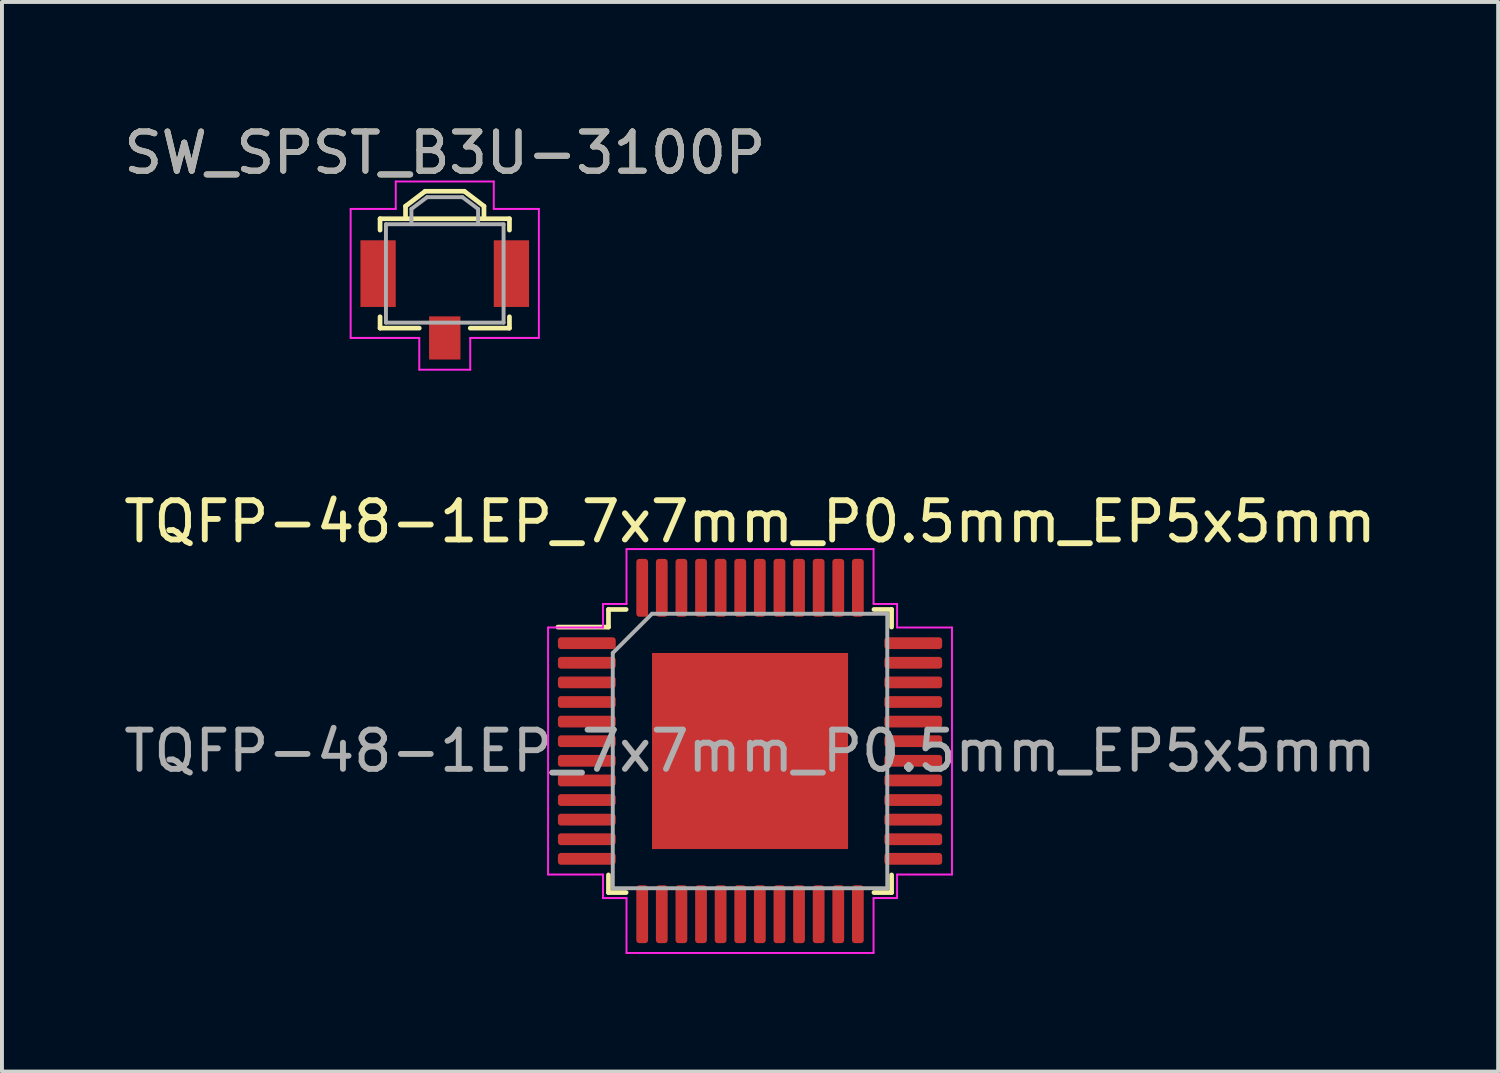
<source format=kicad_pcb>
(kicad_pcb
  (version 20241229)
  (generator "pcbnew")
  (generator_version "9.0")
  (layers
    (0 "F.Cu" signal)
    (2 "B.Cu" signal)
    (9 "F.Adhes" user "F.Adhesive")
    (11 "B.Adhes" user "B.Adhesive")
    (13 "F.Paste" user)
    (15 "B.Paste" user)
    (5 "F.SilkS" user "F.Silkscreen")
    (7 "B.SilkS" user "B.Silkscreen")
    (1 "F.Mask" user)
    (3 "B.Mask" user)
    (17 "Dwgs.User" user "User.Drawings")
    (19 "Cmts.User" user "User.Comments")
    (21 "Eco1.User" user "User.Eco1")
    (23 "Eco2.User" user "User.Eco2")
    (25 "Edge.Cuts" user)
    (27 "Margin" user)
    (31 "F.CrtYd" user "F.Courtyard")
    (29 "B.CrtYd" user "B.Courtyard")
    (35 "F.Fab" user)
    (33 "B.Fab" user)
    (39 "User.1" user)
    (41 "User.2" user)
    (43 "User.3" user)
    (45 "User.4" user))
  (footprint "TQFP-48-1EP_7x7mm_P0.5mm_EP5x5mm"
    (layer "F.Cu")
    (at 16.077 16.102)
    (property "Reference" "TQFP-48-1EP_7x7mm_P0.5mm_EP5x5mm" (at 0 -5.85 0) (layer "F.SilkS") (effects (font (size 1 1) (thickness 0.15))))
    (attr smd)
    (fp_line (start -3.61 -3.61) (end -3.61 -3.16) (stroke (width 0.12) (type solid)) (layer "F.SilkS"))
    (fp_line (start -3.61 -3.16) (end -4.9 -3.16) (stroke (width 0.12) (type solid)) (layer "F.SilkS"))
    (fp_line (start -3.61 3.61) (end -3.61 3.16) (stroke (width 0.12) (type solid)) (layer "F.SilkS"))
    (fp_line (start -3.16 -3.61) (end -3.61 -3.61) (stroke (width 0.12) (type solid)) (layer "F.SilkS"))
    (fp_line (start -3.16 3.61) (end -3.61 3.61) (stroke (width 0.12) (type solid)) (layer "F.SilkS"))
    (fp_line (start 3.16 -3.61) (end 3.61 -3.61) (stroke (width 0.12) (type solid)) (layer "F.SilkS"))
    (fp_line (start 3.16 3.61) (end 3.61 3.61) (stroke (width 0.12) (type solid)) (layer "F.SilkS"))
    (fp_line (start 3.61 -3.61) (end 3.61 -3.16) (stroke (width 0.12) (type solid)) (layer "F.SilkS"))
    (fp_line (start 3.61 3.61) (end 3.61 3.16) (stroke (width 0.12) (type solid)) (layer "F.SilkS"))
    (fp_line (start -5.15 -3.15) (end -5.15 0) (stroke (width 0.05) (type solid)) (layer "F.CrtYd"))
    (fp_line (start -5.15 3.15) (end -5.15 0) (stroke (width 0.05) (type solid)) (layer "F.CrtYd"))
    (fp_line (start -3.75 -3.75) (end -3.75 -3.15) (stroke (width 0.05) (type solid)) (layer "F.CrtYd"))
    (fp_line (start -3.75 -3.15) (end -5.15 -3.15) (stroke (width 0.05) (type solid)) (layer "F.CrtYd"))
    (fp_line (start -3.75 3.15) (end -5.15 3.15) (stroke (width 0.05) (type solid)) (layer "F.CrtYd"))
    (fp_line (start -3.75 3.75) (end -3.75 3.15) (stroke (width 0.05) (type solid)) (layer "F.CrtYd"))
    (fp_line (start -3.15 -5.15) (end -3.15 -3.75) (stroke (width 0.05) (type solid)) (layer "F.CrtYd"))
    (fp_line (start -3.15 -3.75) (end -3.75 -3.75) (stroke (width 0.05) (type solid)) (layer "F.CrtYd"))
    (fp_line (start -3.15 3.75) (end -3.75 3.75) (stroke (width 0.05) (type solid)) (layer "F.CrtYd"))
    (fp_line (start -3.15 5.15) (end -3.15 3.75) (stroke (width 0.05) (type solid)) (layer "F.CrtYd"))
    (fp_line (start 0 -5.15) (end -3.15 -5.15) (stroke (width 0.05) (type solid)) (layer "F.CrtYd"))
    (fp_line (start 0 -5.15) (end 3.15 -5.15) (stroke (width 0.05) (type solid)) (layer "F.CrtYd"))
    (fp_line (start 0 5.15) (end -3.15 5.15) (stroke (width 0.05) (type solid)) (layer "F.CrtYd"))
    (fp_line (start 0 5.15) (end 3.15 5.15) (stroke (width 0.05) (type solid)) (layer "F.CrtYd"))
    (fp_line (start 3.15 -5.15) (end 3.15 -3.75) (stroke (width 0.05) (type solid)) (layer "F.CrtYd"))
    (fp_line (start 3.15 -3.75) (end 3.75 -3.75) (stroke (width 0.05) (type solid)) (layer "F.CrtYd"))
    (fp_line (start 3.15 3.75) (end 3.75 3.75) (stroke (width 0.05) (type solid)) (layer "F.CrtYd"))
    (fp_line (start 3.15 5.15) (end 3.15 3.75) (stroke (width 0.05) (type solid)) (layer "F.CrtYd"))
    (fp_line (start 3.75 -3.75) (end 3.75 -3.15) (stroke (width 0.05) (type solid)) (layer "F.CrtYd"))
    (fp_line (start 3.75 -3.15) (end 5.15 -3.15) (stroke (width 0.05) (type solid)) (layer "F.CrtYd"))
    (fp_line (start 3.75 3.15) (end 5.15 3.15) (stroke (width 0.05) (type solid)) (layer "F.CrtYd"))
    (fp_line (start 3.75 3.75) (end 3.75 3.15) (stroke (width 0.05) (type solid)) (layer "F.CrtYd"))
    (fp_line (start 5.15 -3.15) (end 5.15 0) (stroke (width 0.05) (type solid)) (layer "F.CrtYd"))
    (fp_line (start 5.15 3.15) (end 5.15 0) (stroke (width 0.05) (type solid)) (layer "F.CrtYd"))
    (fp_line (start -3.5 -2.5) (end -2.5 -3.5) (stroke (width 0.1) (type solid)) (layer "F.Fab"))
    (fp_line (start -3.5 3.5) (end -3.5 -2.5) (stroke (width 0.1) (type solid)) (layer "F.Fab"))
    (fp_line (start -2.5 -3.5) (end 3.5 -3.5) (stroke (width 0.1) (type solid)) (layer "F.Fab"))
    (fp_line (start 3.5 -3.5) (end 3.5 3.5) (stroke (width 0.1) (type solid)) (layer "F.Fab"))
    (fp_line (start 3.5 3.5) (end -3.5 3.5) (stroke (width 0.1) (type solid)) (layer "F.Fab"))
    (fp_text user "${REFERENCE}" (at 0 0 0) (layer "F.Fab") (effects (font (size 1 1) (thickness 0.15))))
    (pad "" smd roundrect (at -1.875 -1.875) (size 1.01 1.01) (layers "F.Paste") (roundrect_rratio 0.248))
    (pad "" smd roundrect (at -1.875 -0.625) (size 1.01 1.01) (layers "F.Paste") (roundrect_rratio 0.248))
    (pad "" smd roundrect (at -1.875 0.625) (size 1.01 1.01) (layers "F.Paste") (roundrect_rratio 0.248))
    (pad "" smd roundrect (at -1.875 1.875) (size 1.01 1.01) (layers "F.Paste") (roundrect_rratio 0.248))
    (pad "" smd roundrect (at -0.625 -1.875) (size 1.01 1.01) (layers "F.Paste") (roundrect_rratio 0.248))
    (pad "" smd roundrect (at -0.625 -0.625) (size 1.01 1.01) (layers "F.Paste") (roundrect_rratio 0.248))
    (pad "" smd roundrect (at -0.625 0.625) (size 1.01 1.01) (layers "F.Paste") (roundrect_rratio 0.248))
    (pad "" smd roundrect (at -0.625 1.875) (size 1.01 1.01) (layers "F.Paste") (roundrect_rratio 0.248))
    (pad "" smd roundrect (at 0.625 -1.875) (size 1.01 1.01) (layers "F.Paste") (roundrect_rratio 0.248))
    (pad "" smd roundrect (at 0.625 -0.625) (size 1.01 1.01) (layers "F.Paste") (roundrect_rratio 0.248))
    (pad "" smd roundrect (at 0.625 0.625) (size 1.01 1.01) (layers "F.Paste") (roundrect_rratio 0.248))
    (pad "" smd roundrect (at 0.625 1.875) (size 1.01 1.01) (layers "F.Paste") (roundrect_rratio 0.248))
    (pad "" smd roundrect (at 1.875 -1.875) (size 1.01 1.01) (layers "F.Paste") (roundrect_rratio 0.248))
    (pad "" smd roundrect (at 1.875 -0.625) (size 1.01 1.01) (layers "F.Paste") (roundrect_rratio 0.248))
    (pad "" smd roundrect (at 1.875 0.625) (size 1.01 1.01) (layers "F.Paste") (roundrect_rratio 0.248))
    (pad "" smd roundrect (at 1.875 1.875) (size 1.01 1.01) (layers "F.Paste") (roundrect_rratio 0.248))
    (pad "1" smd roundrect (at -4.162 -2.75) (size 1.475 0.3) (layers "F.Cu" "F.Mask" "F.Paste") (roundrect_rratio 0.25))
    (pad "2" smd roundrect (at -4.162 -2.25) (size 1.475 0.3) (layers "F.Cu" "F.Mask" "F.Paste") (roundrect_rratio 0.25))
    (pad "3" smd roundrect (at -4.162 -1.75) (size 1.475 0.3) (layers "F.Cu" "F.Mask" "F.Paste") (roundrect_rratio 0.25))
    (pad "4" smd roundrect (at -4.162 -1.25) (size 1.475 0.3) (layers "F.Cu" "F.Mask" "F.Paste") (roundrect_rratio 0.25))
    (pad "5" smd roundrect (at -4.162 -0.75) (size 1.475 0.3) (layers "F.Cu" "F.Mask" "F.Paste") (roundrect_rratio 0.25))
    (pad "6" smd roundrect (at -4.162 -0.25) (size 1.475 0.3) (layers "F.Cu" "F.Mask" "F.Paste") (roundrect_rratio 0.25))
    (pad "7" smd roundrect (at -4.162 0.25) (size 1.475 0.3) (layers "F.Cu" "F.Mask" "F.Paste") (roundrect_rratio 0.25))
    (pad "8" smd roundrect (at -4.162 0.75) (size 1.475 0.3) (layers "F.Cu" "F.Mask" "F.Paste") (roundrect_rratio 0.25))
    (pad "9" smd roundrect (at -4.162 1.25) (size 1.475 0.3) (layers "F.Cu" "F.Mask" "F.Paste") (roundrect_rratio 0.25))
    (pad "10" smd roundrect (at -4.162 1.75) (size 1.475 0.3) (layers "F.Cu" "F.Mask" "F.Paste") (roundrect_rratio 0.25))
    (pad "11" smd roundrect (at -4.162 2.25) (size 1.475 0.3) (layers "F.Cu" "F.Mask" "F.Paste") (roundrect_rratio 0.25))
    (pad "12" smd roundrect (at -4.162 2.75) (size 1.475 0.3) (layers "F.Cu" "F.Mask" "F.Paste") (roundrect_rratio 0.25))
    (pad "13" smd roundrect (at -2.75 4.162) (size 0.3 1.475) (layers "F.Cu" "F.Mask" "F.Paste") (roundrect_rratio 0.25))
    (pad "14" smd roundrect (at -2.25 4.162) (size 0.3 1.475) (layers "F.Cu" "F.Mask" "F.Paste") (roundrect_rratio 0.25))
    (pad "15" smd roundrect (at -1.75 4.162) (size 0.3 1.475) (layers "F.Cu" "F.Mask" "F.Paste") (roundrect_rratio 0.25))
    (pad "16" smd roundrect (at -1.25 4.162) (size 0.3 1.475) (layers "F.Cu" "F.Mask" "F.Paste") (roundrect_rratio 0.25))
    (pad "17" smd roundrect (at -0.75 4.162) (size 0.3 1.475) (layers "F.Cu" "F.Mask" "F.Paste") (roundrect_rratio 0.25))
    (pad "18" smd roundrect (at -0.25 4.162) (size 0.3 1.475) (layers "F.Cu" "F.Mask" "F.Paste") (roundrect_rratio 0.25))
    (pad "19" smd roundrect (at 0.25 4.162) (size 0.3 1.475) (layers "F.Cu" "F.Mask" "F.Paste") (roundrect_rratio 0.25))
    (pad "20" smd roundrect (at 0.75 4.162) (size 0.3 1.475) (layers "F.Cu" "F.Mask" "F.Paste") (roundrect_rratio 0.25))
    (pad "21" smd roundrect (at 1.25 4.162) (size 0.3 1.475) (layers "F.Cu" "F.Mask" "F.Paste") (roundrect_rratio 0.25))
    (pad "22" smd roundrect (at 1.75 4.162) (size 0.3 1.475) (layers "F.Cu" "F.Mask" "F.Paste") (roundrect_rratio 0.25))
    (pad "23" smd roundrect (at 2.25 4.162) (size 0.3 1.475) (layers "F.Cu" "F.Mask" "F.Paste") (roundrect_rratio 0.25))
    (pad "24" smd roundrect (at 2.75 4.162) (size 0.3 1.475) (layers "F.Cu" "F.Mask" "F.Paste") (roundrect_rratio 0.25))
    (pad "25" smd roundrect (at 4.162 2.75) (size 1.475 0.3) (layers "F.Cu" "F.Mask" "F.Paste") (roundrect_rratio 0.25))
    (pad "26" smd roundrect (at 4.162 2.25) (size 1.475 0.3) (layers "F.Cu" "F.Mask" "F.Paste") (roundrect_rratio 0.25))
    (pad "27" smd roundrect (at 4.162 1.75) (size 1.475 0.3) (layers "F.Cu" "F.Mask" "F.Paste") (roundrect_rratio 0.25))
    (pad "28" smd roundrect (at 4.162 1.25) (size 1.475 0.3) (layers "F.Cu" "F.Mask" "F.Paste") (roundrect_rratio 0.25))
    (pad "29" smd roundrect (at 4.162 0.75) (size 1.475 0.3) (layers "F.Cu" "F.Mask" "F.Paste") (roundrect_rratio 0.25))
    (pad "30" smd roundrect (at 4.162 0.25) (size 1.475 0.3) (layers "F.Cu" "F.Mask" "F.Paste") (roundrect_rratio 0.25))
    (pad "31" smd roundrect (at 4.162 -0.25) (size 1.475 0.3) (layers "F.Cu" "F.Mask" "F.Paste") (roundrect_rratio 0.25))
    (pad "32" smd roundrect (at 4.162 -0.75) (size 1.475 0.3) (layers "F.Cu" "F.Mask" "F.Paste") (roundrect_rratio 0.25))
    (pad "33" smd roundrect (at 4.162 -1.25) (size 1.475 0.3) (layers "F.Cu" "F.Mask" "F.Paste") (roundrect_rratio 0.25))
    (pad "34" smd roundrect (at 4.162 -1.75) (size 1.475 0.3) (layers "F.Cu" "F.Mask" "F.Paste") (roundrect_rratio 0.25))
    (pad "35" smd roundrect (at 4.162 -2.25) (size 1.475 0.3) (layers "F.Cu" "F.Mask" "F.Paste") (roundrect_rratio 0.25))
    (pad "36" smd roundrect (at 4.162 -2.75) (size 1.475 0.3) (layers "F.Cu" "F.Mask" "F.Paste") (roundrect_rratio 0.25))
    (pad "37" smd roundrect (at 2.75 -4.162) (size 0.3 1.475) (layers "F.Cu" "F.Mask" "F.Paste") (roundrect_rratio 0.25))
    (pad "38" smd roundrect (at 2.25 -4.162) (size 0.3 1.475) (layers "F.Cu" "F.Mask" "F.Paste") (roundrect_rratio 0.25))
    (pad "39" smd roundrect (at 1.75 -4.162) (size 0.3 1.475) (layers "F.Cu" "F.Mask" "F.Paste") (roundrect_rratio 0.25))
    (pad "40" smd roundrect (at 1.25 -4.162) (size 0.3 1.475) (layers "F.Cu" "F.Mask" "F.Paste") (roundrect_rratio 0.25))
    (pad "41" smd roundrect (at 0.75 -4.162) (size 0.3 1.475) (layers "F.Cu" "F.Mask" "F.Paste") (roundrect_rratio 0.25))
    (pad "42" smd roundrect (at 0.25 -4.162) (size 0.3 1.475) (layers "F.Cu" "F.Mask" "F.Paste") (roundrect_rratio 0.25))
    (pad "43" smd roundrect (at -0.25 -4.162) (size 0.3 1.475) (layers "F.Cu" "F.Mask" "F.Paste") (roundrect_rratio 0.25))
    (pad "44" smd roundrect (at -0.75 -4.162) (size 0.3 1.475) (layers "F.Cu" "F.Mask" "F.Paste") (roundrect_rratio 0.25))
    (pad "45" smd roundrect (at -1.25 -4.162) (size 0.3 1.475) (layers "F.Cu" "F.Mask" "F.Paste") (roundrect_rratio 0.25))
    (pad "46" smd roundrect (at -1.75 -4.162) (size 0.3 1.475) (layers "F.Cu" "F.Mask" "F.Paste") (roundrect_rratio 0.25))
    (pad "47" smd roundrect (at -2.25 -4.162) (size 0.3 1.475) (layers "F.Cu" "F.Mask" "F.Paste") (roundrect_rratio 0.25))
    (pad "48" smd roundrect (at -2.75 -4.162) (size 0.3 1.475) (layers "F.Cu" "F.Mask" "F.Paste") (roundrect_rratio 0.25))
    (pad "49" smd rect (at 0 0) (size 5 5) (layers "F.Cu" "F.Mask")))
  (footprint "SW_SPST_B3U-3100P"
    (layer "F.Cu")
    (at 8.292 4.748)
    (property "Reference" "SW_SPST_B3U-3100P" (at 0 -3.9 0) (layer "F.SilkS") (effects (font (size 1 1) (thickness 0.15))))
    (attr smd)
    (fp_line (start -1.65 -2.22) (end 1.65 -2.22) (stroke (width 0.12) (type solid)) (layer "F.SilkS"))
    (fp_line (start -1.65 -1.93) (end -1.65 -2.22) (stroke (width 0.12) (type solid)) (layer "F.SilkS"))
    (fp_line (start -1.65 0.28) (end -1.65 0.57) (stroke (width 0.12) (type solid)) (layer "F.SilkS"))
    (fp_line (start -1.65 0.57) (end -0.65 0.57) (stroke (width 0.12) (type solid)) (layer "F.SilkS"))
    (fp_line (start -1 -2.54) (end -1 -2.22) (stroke (width 0.12) (type solid)) (layer "F.SilkS"))
    (fp_line (start -0.5 -2.92) (end -1 -2.54) (stroke (width 0.12) (type solid)) (layer "F.SilkS"))
    (fp_line (start -0.5 -2.92) (end 0.5 -2.92) (stroke (width 0.12) (type solid)) (layer "F.SilkS"))
    (fp_line (start 0.5 -2.92) (end 1 -2.54) (stroke (width 0.12) (type solid)) (layer "F.SilkS"))
    (fp_line (start 1 -2.54) (end 1 -2.22) (stroke (width 0.12) (type solid)) (layer "F.SilkS"))
    (fp_line (start 1.65 -2.22) (end 1.65 -1.93) (stroke (width 0.12) (type solid)) (layer "F.SilkS"))
    (fp_line (start 1.65 0.57) (end 0.65 0.57) (stroke (width 0.12) (type solid)) (layer "F.SilkS"))
    (fp_line (start 1.65 0.57) (end 1.65 0.28) (stroke (width 0.12) (type solid)) (layer "F.SilkS"))
    (fp_line (start -2.4 -2.47) (end -2.4 0.82) (stroke (width 0.05) (type solid)) (layer "F.CrtYd"))
    (fp_line (start -2.4 0.82) (end -0.65 0.82) (stroke (width 0.05) (type solid)) (layer "F.CrtYd"))
    (fp_line (start -1.25 -3.17) (end 1.25 -3.17) (stroke (width 0.05) (type solid)) (layer "F.CrtYd"))
    (fp_line (start -1.25 -2.47) (end -2.4 -2.47) (stroke (width 0.05) (type solid)) (layer "F.CrtYd"))
    (fp_line (start -1.25 -2.47) (end -1.25 -3.17) (stroke (width 0.05) (type solid)) (layer "F.CrtYd"))
    (fp_line (start -0.65 0.82) (end -0.65 1.63) (stroke (width 0.05) (type solid)) (layer "F.CrtYd"))
    (fp_line (start -0.65 1.63) (end 0.65 1.63) (stroke (width 0.05) (type solid)) (layer "F.CrtYd"))
    (fp_line (start 0.65 0.82) (end 2.4 0.82) (stroke (width 0.05) (type solid)) (layer "F.CrtYd"))
    (fp_line (start 0.65 1.63) (end 0.65 0.82) (stroke (width 0.05) (type solid)) (layer "F.CrtYd"))
    (fp_line (start 1.25 -3.17) (end 1.25 -2.47) (stroke (width 0.05) (type solid)) (layer "F.CrtYd"))
    (fp_line (start 1.25 -2.47) (end 2.4 -2.47) (stroke (width 0.05) (type solid)) (layer "F.CrtYd"))
    (fp_line (start 2.4 0.82) (end 2.4 -2.47) (stroke (width 0.05) (type solid)) (layer "F.CrtYd"))
    (fp_line (start -1.5 -2.08) (end 1.5 -2.08) (stroke (width 0.1) (type solid)) (layer "F.Fab"))
    (fp_line (start -1.5 0.43) (end -1.5 -2.08) (stroke (width 0.1) (type solid)) (layer "F.Fab"))
    (fp_line (start -0.85 -2.47) (end -0.45 -2.77) (stroke (width 0.1) (type solid)) (layer "F.Fab"))
    (fp_line (start -0.85 -2.08) (end -0.85 -2.47) (stroke (width 0.1) (type solid)) (layer "F.Fab"))
    (fp_line (start -0.45 -2.77) (end 0.45 -2.77) (stroke (width 0.1) (type solid)) (layer "F.Fab"))
    (fp_line (start 0.45 -2.77) (end 0.85 -2.47) (stroke (width 0.1) (type solid)) (layer "F.Fab"))
    (fp_line (start 0.85 -2.47) (end 0.85 -2.08) (stroke (width 0.1) (type solid)) (layer "F.Fab"))
    (fp_line (start 1.5 -2.08) (end 1.5 0.43) (stroke (width 0.1) (type solid)) (layer "F.Fab"))
    (fp_line (start 1.5 0.43) (end -1.5 0.43) (stroke (width 0.1) (type solid)) (layer "F.Fab"))
    (fp_text user "${REFERENCE}" (at 0 -3.9 0) (layer "F.Fab") (effects (font (size 1 1) (thickness 0.15))))
    (pad "1" smd rect (at -1.7 -0.82) (size 0.9 1.7) (layers "F.Cu" "F.Mask" "F.Paste"))
    (pad "2" smd rect (at 1.7 -0.82) (size 0.9 1.7) (layers "F.Cu" "F.Mask" "F.Paste"))
    (pad "3" smd rect (at 0 0.82) (size 0.8 1.1) (layers "F.Cu" "F.Mask" "F.Paste")))
  (gr_rect
    (start -3 -3)
    (end 35.155 24.276)
    (stroke (width 0.1) (type default))
    (fill no)
    (layer "Edge.Cuts")))
</source>
